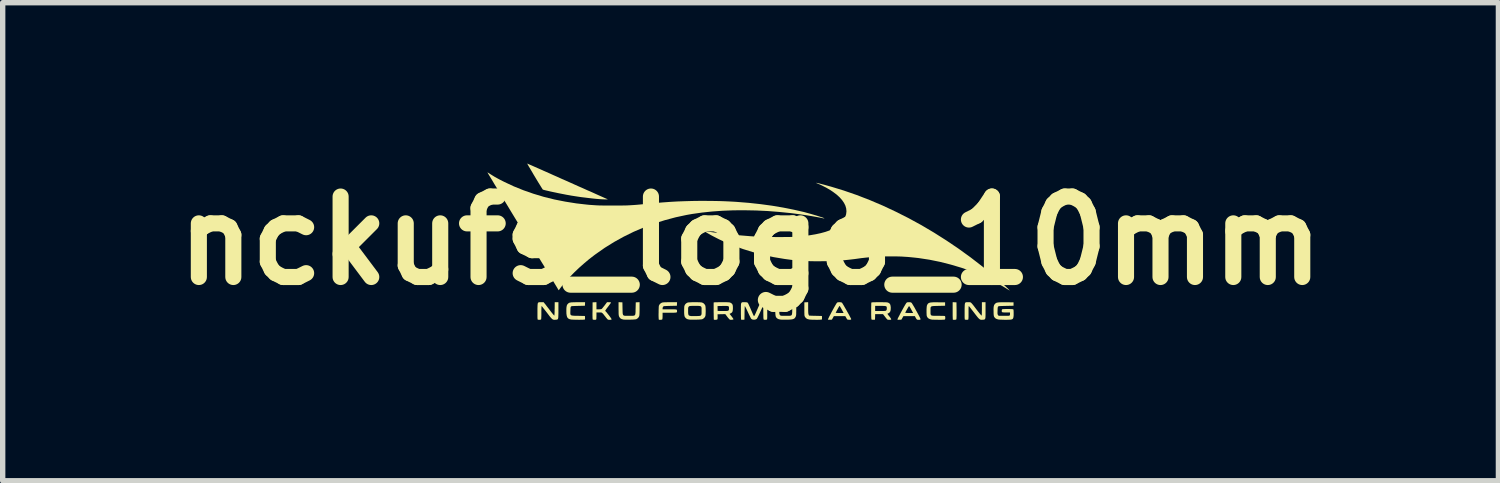
<source format=kicad_pcb>
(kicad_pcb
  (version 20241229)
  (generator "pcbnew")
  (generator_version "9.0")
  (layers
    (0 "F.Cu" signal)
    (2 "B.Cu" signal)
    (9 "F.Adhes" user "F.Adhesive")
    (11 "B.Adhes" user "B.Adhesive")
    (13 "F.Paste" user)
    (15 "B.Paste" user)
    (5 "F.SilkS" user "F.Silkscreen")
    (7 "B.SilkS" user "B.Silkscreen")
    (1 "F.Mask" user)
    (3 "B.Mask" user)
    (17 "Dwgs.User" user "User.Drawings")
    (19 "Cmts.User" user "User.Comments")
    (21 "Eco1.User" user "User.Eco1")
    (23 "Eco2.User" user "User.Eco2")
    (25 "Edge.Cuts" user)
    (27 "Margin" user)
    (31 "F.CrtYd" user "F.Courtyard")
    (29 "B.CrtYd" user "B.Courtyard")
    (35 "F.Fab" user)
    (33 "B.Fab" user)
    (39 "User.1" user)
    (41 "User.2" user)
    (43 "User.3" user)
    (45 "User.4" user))
  (footprint "nckufs_logo_10mm"
    (layer "F.Cu")
    (at 10.943 1.436)
    (property "Reference" "nckufs_logo_10mm" (at 0 0 0) (layer "F.SilkS") (effects (font (size 1.5 1.5) (thickness 0.3))))
    (attr board_only exclude_from_pos_files exclude_from_bom)
    (fp_poly (pts (xy 3.803 1.149) (xy 3.839 1.151) (xy 3.841 1.306) (xy 3.841 1.357) (xy 3.841 1.397) (xy 3.84 1.427) (xy 3.839 1.449) (xy 3.838 1.463) (xy 3.836 1.469) (xy 3.828 1.473) (xy 3.813 1.476) (xy 3.796 1.477) (xy 3.781 1.476) (xy 3.772 1.473) (xy 3.771 1.473) (xy 3.77 1.467) (xy 3.77 1.452) (xy 3.769 1.428) (xy 3.768 1.399) (xy 3.768 1.364) (xy 3.768 1.325) (xy 3.768 1.309) (xy 3.768 1.148)) (stroke (width 0) (type solid)) (fill yes) (layer "F.SilkS"))
    (fp_poly (pts (xy 1.074 1.254) (xy 1.074 1.294) (xy 1.075 1.325) (xy 1.076 1.348) (xy 1.078 1.364) (xy 1.081 1.375) (xy 1.082 1.379) (xy 1.087 1.391) (xy 1.091 1.398) (xy 1.091 1.398) (xy 1.097 1.398) (xy 1.111 1.399) (xy 1.133 1.4) (xy 1.161 1.401) (xy 1.194 1.402) (xy 1.212 1.402) (xy 1.331 1.405) (xy 1.332 1.436) (xy 1.332 1.457) (xy 1.329 1.469) (xy 1.327 1.472) (xy 1.32 1.473) (xy 1.303 1.474) (xy 1.28 1.475) (xy 1.252 1.476) (xy 1.222 1.476) (xy 1.19 1.475) (xy 1.159 1.475) (xy 1.132 1.474) (xy 1.109 1.472) (xy 1.092 1.471) (xy 1.091 1.47) (xy 1.058 1.461) (xy 1.033 1.445) (xy 1.015 1.422) (xy 1.015 1.422) (xy 1.011 1.414) (xy 1.008 1.406) (xy 1.006 1.397) (xy 1.004 1.385) (xy 1.004 1.367) (xy 1.003 1.344) (xy 1.003 1.313) (xy 1.003 1.275) (xy 1.003 1.151) (xy 1.038 1.149) (xy 1.074 1.148)) (stroke (width 0) (type solid)) (fill yes) (layer "F.SilkS"))
    (fp_poly (pts (xy -2.069 1.266) (xy -2.069 1.305) (xy -2.07 1.34) (xy -2.071 1.37) (xy -2.073 1.391) (xy -2.075 1.404) (xy -2.075 1.405) (xy -2.086 1.428) (xy -2.105 1.449) (xy -2.129 1.464) (xy -2.135 1.466) (xy -2.148 1.468) (xy -2.17 1.47) (xy -2.197 1.472) (xy -2.229 1.473) (xy -2.262 1.474) (xy -2.295 1.474) (xy -2.325 1.474) (xy -2.35 1.473) (xy -2.368 1.472) (xy -2.371 1.471) (xy -2.403 1.463) (xy -2.427 1.449) (xy -2.444 1.428) (xy -2.452 1.412) (xy -2.455 1.403) (xy -2.457 1.391) (xy -2.459 1.375) (xy -2.46 1.352) (xy -2.46 1.322) (xy -2.461 1.283) (xy -2.461 1.27) (xy -2.461 1.148) (xy -2.425 1.149) (xy -2.389 1.151) (xy -2.387 1.267) (xy -2.386 1.308) (xy -2.385 1.34) (xy -2.383 1.364) (xy -2.378 1.381) (xy -2.371 1.392) (xy -2.358 1.398) (xy -2.341 1.402) (xy -2.317 1.402) (xy -2.285 1.402) (xy -2.265 1.402) (xy -2.229 1.402) (xy -2.201 1.402) (xy -2.18 1.4) (xy -2.165 1.396) (xy -2.155 1.387) (xy -2.149 1.374) (xy -2.146 1.353) (xy -2.144 1.326) (xy -2.144 1.289) (xy -2.143 1.267) (xy -2.14 1.151) (xy -2.105 1.149) (xy -2.069 1.148)) (stroke (width 0) (type solid)) (fill yes) (layer "F.SilkS"))
    (fp_poly (pts (xy 0.852 1.271) (xy 0.852 1.311) (xy 0.851 1.343) (xy 0.851 1.366) (xy 0.85 1.384) (xy 0.848 1.396) (xy 0.846 1.406) (xy 0.843 1.414) (xy 0.842 1.416) (xy 0.833 1.433) (xy 0.822 1.447) (xy 0.808 1.457) (xy 0.79 1.464) (xy 0.766 1.469) (xy 0.735 1.472) (xy 0.695 1.474) (xy 0.675 1.474) (xy 0.642 1.474) (xy 0.611 1.474) (xy 0.584 1.474) (xy 0.563 1.472) (xy 0.553 1.471) (xy 0.519 1.463) (xy 0.493 1.448) (xy 0.485 1.44) (xy 0.478 1.431) (xy 0.472 1.42) (xy 0.468 1.407) (xy 0.465 1.389) (xy 0.463 1.366) (xy 0.461 1.336) (xy 0.461 1.297) (xy 0.461 1.268) (xy 0.46 1.148) (xy 0.496 1.149) (xy 0.532 1.151) (xy 0.534 1.267) (xy 0.535 1.308) (xy 0.536 1.34) (xy 0.538 1.364) (xy 0.543 1.381) (xy 0.55 1.392) (xy 0.563 1.398) (xy 0.58 1.402) (xy 0.604 1.402) (xy 0.636 1.402) (xy 0.656 1.402) (xy 0.692 1.402) (xy 0.72 1.402) (xy 0.741 1.4) (xy 0.756 1.396) (xy 0.766 1.387) (xy 0.772 1.374) (xy 0.775 1.353) (xy 0.777 1.326) (xy 0.777 1.289) (xy 0.778 1.267) (xy 0.781 1.151) (xy 0.816 1.149) (xy 0.852 1.148)) (stroke (width 0) (type solid)) (fill yes) (layer "F.SilkS"))
    (fp_poly (pts (xy -3.086 1.181) (xy -3.088 1.214) (xy -3.213 1.217) (xy -3.253 1.218) (xy -3.284 1.219) (xy -3.307 1.22) (xy -3.324 1.221) (xy -3.335 1.223) (xy -3.342 1.225) (xy -3.347 1.228) (xy -3.348 1.229) (xy -3.352 1.235) (xy -3.355 1.244) (xy -3.357 1.257) (xy -3.358 1.278) (xy -3.359 1.306) (xy -3.36 1.333) (xy -3.36 1.355) (xy -3.359 1.371) (xy -3.354 1.383) (xy -3.345 1.391) (xy -3.332 1.396) (xy -3.312 1.399) (xy -3.284 1.401) (xy -3.248 1.402) (xy -3.214 1.402) (xy -3.088 1.405) (xy -3.086 1.436) (xy -3.086 1.457) (xy -3.089 1.469) (xy -3.091 1.472) (xy -3.099 1.473) (xy -3.115 1.474) (xy -3.138 1.475) (xy -3.166 1.475) (xy -3.197 1.476) (xy -3.23 1.475) (xy -3.262 1.475) (xy -3.291 1.474) (xy -3.316 1.473) (xy -3.336 1.472) (xy -3.345 1.471) (xy -3.372 1.465) (xy -3.394 1.455) (xy -3.41 1.441) (xy -3.421 1.422) (xy -3.428 1.396) (xy -3.433 1.361) (xy -3.434 1.318) (xy -3.434 1.313) (xy -3.434 1.274) (xy -3.432 1.244) (xy -3.428 1.221) (xy -3.423 1.203) (xy -3.415 1.189) (xy -3.405 1.178) (xy -3.396 1.169) (xy -3.386 1.163) (xy -3.374 1.157) (xy -3.358 1.154) (xy -3.338 1.151) (xy -3.312 1.15) (xy -3.278 1.149) (xy -3.236 1.148) (xy -3.215 1.148) (xy -3.085 1.148)) (stroke (width 0) (type solid)) (fill yes) (layer "F.SilkS"))
    (fp_poly (pts (xy -1.372 1.181) (xy -1.373 1.214) (xy -1.497 1.217) (xy -1.536 1.218) (xy -1.566 1.219) (xy -1.588 1.22) (xy -1.604 1.221) (xy -1.614 1.222) (xy -1.621 1.225) (xy -1.626 1.227) (xy -1.629 1.231) (xy -1.63 1.232) (xy -1.638 1.247) (xy -1.64 1.263) (xy -1.64 1.281) (xy -1.512 1.281) (xy -1.467 1.281) (xy -1.433 1.281) (xy -1.407 1.282) (xy -1.39 1.284) (xy -1.38 1.286) (xy -1.377 1.287) (xy -1.372 1.296) (xy -1.371 1.31) (xy -1.371 1.31) (xy -1.37 1.321) (xy -1.371 1.328) (xy -1.374 1.334) (xy -1.379 1.339) (xy -1.389 1.341) (xy -1.405 1.343) (xy -1.427 1.344) (xy -1.457 1.344) (xy -1.496 1.344) (xy -1.509 1.344) (xy -1.64 1.344) (xy -1.64 1.404) (xy -1.641 1.436) (xy -1.643 1.457) (xy -1.646 1.469) (xy -1.647 1.47) (xy -1.655 1.473) (xy -1.67 1.476) (xy -1.687 1.476) (xy -1.701 1.476) (xy -1.71 1.473) (xy -1.711 1.473) (xy -1.712 1.466) (xy -1.713 1.451) (xy -1.714 1.429) (xy -1.715 1.401) (xy -1.715 1.37) (xy -1.714 1.338) (xy -1.714 1.306) (xy -1.713 1.276) (xy -1.712 1.25) (xy -1.711 1.229) (xy -1.709 1.216) (xy -1.709 1.214) (xy -1.697 1.191) (xy -1.678 1.171) (xy -1.654 1.157) (xy -1.647 1.155) (xy -1.633 1.152) (xy -1.608 1.15) (xy -1.573 1.149) (xy -1.528 1.148) (xy -1.498 1.148) (xy -1.37 1.148)) (stroke (width 0) (type solid)) (fill yes) (layer "F.SilkS"))
    (fp_poly (pts (xy 3.494 1.149) (xy 3.498 1.15) (xy 3.627 1.151) (xy 3.627 1.183) (xy 3.627 1.214) (xy 3.501 1.217) (xy 3.458 1.218) (xy 3.424 1.219) (xy 3.399 1.221) (xy 3.38 1.224) (xy 3.368 1.23) (xy 3.36 1.239) (xy 3.356 1.251) (xy 3.355 1.269) (xy 3.355 1.291) (xy 3.355 1.312) (xy 3.355 1.339) (xy 3.355 1.36) (xy 3.358 1.376) (xy 3.363 1.387) (xy 3.372 1.395) (xy 3.387 1.399) (xy 3.408 1.401) (xy 3.437 1.402) (xy 3.475 1.402) (xy 3.496 1.402) (xy 3.531 1.402) (xy 3.562 1.403) (xy 3.588 1.403) (xy 3.608 1.404) (xy 3.62 1.405) (xy 3.622 1.406) (xy 3.627 1.412) (xy 3.63 1.426) (xy 3.63 1.442) (xy 3.629 1.458) (xy 3.625 1.469) (xy 3.624 1.47) (xy 3.618 1.472) (xy 3.605 1.474) (xy 3.584 1.475) (xy 3.554 1.476) (xy 3.515 1.476) (xy 3.506 1.476) (xy 3.472 1.475) (xy 3.441 1.475) (xy 3.414 1.474) (xy 3.394 1.474) (xy 3.383 1.473) (xy 3.381 1.473) (xy 3.344 1.464) (xy 3.315 1.449) (xy 3.296 1.429) (xy 3.286 1.407) (xy 3.283 1.392) (xy 3.282 1.369) (xy 3.281 1.341) (xy 3.281 1.31) (xy 3.281 1.28) (xy 3.283 1.251) (xy 3.285 1.228) (xy 3.288 1.211) (xy 3.289 1.208) (xy 3.297 1.191) (xy 3.305 1.178) (xy 3.316 1.168) (xy 3.33 1.161) (xy 3.349 1.155) (xy 3.374 1.152) (xy 3.405 1.15) (xy 3.445 1.149)) (stroke (width 0) (type solid)) (fill yes) (layer "F.SilkS"))
    (fp_poly (pts (xy 2.974 1.149) (xy 2.987 1.151) (xy 2.996 1.155) (xy 3.004 1.163) (xy 3.005 1.164) (xy 3.011 1.172) (xy 3.021 1.189) (xy 3.035 1.212) (xy 3.052 1.24) (xy 3.07 1.273) (xy 3.09 1.309) (xy 3.098 1.323) (xy 3.121 1.365) (xy 3.139 1.398) (xy 3.152 1.424) (xy 3.162 1.444) (xy 3.167 1.457) (xy 3.168 1.467) (xy 3.166 1.472) (xy 3.16 1.475) (xy 3.151 1.476) (xy 3.14 1.476) (xy 3.137 1.476) (xy 3.117 1.476) (xy 3.104 1.472) (xy 3.094 1.463) (xy 3.084 1.447) (xy 3.079 1.439) (xy 3.064 1.408) (xy 2.957 1.408) (xy 2.85 1.408) (xy 2.831 1.441) (xy 2.812 1.474) (xy 2.777 1.475) (xy 2.755 1.476) (xy 2.743 1.474) (xy 2.738 1.47) (xy 2.74 1.464) (xy 2.746 1.45) (xy 2.756 1.429) (xy 2.77 1.404) (xy 2.785 1.374) (xy 2.8 1.345) (xy 2.884 1.345) (xy 2.889 1.347) (xy 2.903 1.348) (xy 2.923 1.349) (xy 2.948 1.349) (xy 2.957 1.349) (xy 3.031 1.349) (xy 2.996 1.285) (xy 2.983 1.261) (xy 2.971 1.242) (xy 2.962 1.228) (xy 2.956 1.221) (xy 2.955 1.22) (xy 2.951 1.225) (xy 2.944 1.236) (xy 2.933 1.253) (xy 2.922 1.273) (xy 2.91 1.294) (xy 2.899 1.314) (xy 2.89 1.331) (xy 2.885 1.342) (xy 2.884 1.345) (xy 2.8 1.345) (xy 2.802 1.342) (xy 2.82 1.309) (xy 2.838 1.276) (xy 2.855 1.245) (xy 2.871 1.217) (xy 2.885 1.193) (xy 2.897 1.174) (xy 2.904 1.163) (xy 2.906 1.161) (xy 2.914 1.154) (xy 2.923 1.15) (xy 2.938 1.149) (xy 2.954 1.148)) (stroke (width 0) (type solid)) (fill yes) (layer "F.SilkS"))
    (fp_poly (pts (xy -4.159 -1.435) (xy -4.145 -1.429) (xy -4.123 -1.419) (xy -4.094 -1.407) (xy -4.058 -1.391) (xy -4.018 -1.373) (xy -3.972 -1.353) (xy -3.922 -1.331) (xy -3.87 -1.308) (xy -3.86 -1.303) (xy -3.807 -1.28) (xy -3.746 -1.253) (xy -3.678 -1.222) (xy -3.605 -1.19) (xy -3.528 -1.155) (xy -3.448 -1.12) (xy -3.367 -1.084) (xy -3.287 -1.048) (xy -3.209 -1.013) (xy -3.133 -0.98) (xy -3.111 -0.97) (xy -3.047 -0.941) (xy -2.984 -0.914) (xy -2.926 -0.888) (xy -2.871 -0.863) (xy -2.822 -0.841) (xy -2.777 -0.821) (xy -2.739 -0.804) (xy -2.708 -0.79) (xy -2.684 -0.78) (xy -2.669 -0.773) (xy -2.662 -0.769) (xy -2.662 -0.769) (xy -2.666 -0.768) (xy -2.679 -0.768) (xy -2.699 -0.768) (xy -2.725 -0.769) (xy -2.756 -0.77) (xy -2.773 -0.771) (xy -2.823 -0.774) (xy -2.882 -0.779) (xy -2.948 -0.786) (xy -3.018 -0.794) (xy -3.091 -0.803) (xy -3.166 -0.812) (xy -3.239 -0.823) (xy -3.309 -0.834) (xy -3.342 -0.839) (xy -3.385 -0.847) (xy -3.432 -0.855) (xy -3.482 -0.865) (xy -3.533 -0.875) (xy -3.585 -0.885) (xy -3.635 -0.896) (xy -3.684 -0.906) (xy -3.73 -0.916) (xy -3.772 -0.926) (xy -3.808 -0.934) (xy -3.837 -0.941) (xy -3.859 -0.947) (xy -3.871 -0.951) (xy -3.873 -0.952) (xy -3.877 -0.957) (xy -3.885 -0.97) (xy -3.898 -0.99) (xy -3.914 -1.016) (xy -3.933 -1.047) (xy -3.955 -1.082) (xy -3.978 -1.12) (xy -4.002 -1.16) (xy -4.026 -1.2) (xy -4.05 -1.24) (xy -4.073 -1.28) (xy -4.095 -1.317) (xy -4.115 -1.351) (xy -4.133 -1.38) (xy -4.147 -1.405) (xy -4.157 -1.423) (xy -4.163 -1.434) (xy -4.164 -1.436)) (stroke (width 0) (type solid)) (fill yes) (layer "F.SilkS"))
    (fp_poly (pts (xy -2.873 1.214) (xy -2.873 1.281) (xy -2.83 1.281) (xy -2.801 1.28) (xy -2.782 1.276) (xy -2.775 1.273) (xy -2.768 1.266) (xy -2.756 1.252) (xy -2.741 1.233) (xy -2.724 1.212) (xy -2.72 1.207) (xy -2.676 1.148) (xy -2.64 1.148) (xy -2.622 1.149) (xy -2.608 1.151) (xy -2.601 1.153) (xy -2.601 1.153) (xy -2.603 1.158) (xy -2.611 1.171) (xy -2.624 1.188) (xy -2.64 1.21) (xy -2.657 1.233) (xy -2.679 1.261) (xy -2.694 1.282) (xy -2.704 1.297) (xy -2.709 1.306) (xy -2.709 1.312) (xy -2.708 1.313) (xy -2.701 1.319) (xy -2.689 1.332) (xy -2.674 1.35) (xy -2.658 1.371) (xy -2.64 1.393) (xy -2.624 1.415) (xy -2.609 1.435) (xy -2.598 1.452) (xy -2.591 1.464) (xy -2.59 1.469) (xy -2.596 1.473) (xy -2.61 1.476) (xy -2.627 1.477) (xy -2.644 1.476) (xy -2.658 1.473) (xy -2.659 1.473) (xy -2.665 1.468) (xy -2.676 1.456) (xy -2.691 1.439) (xy -2.707 1.418) (xy -2.71 1.414) (xy -2.731 1.388) (xy -2.746 1.368) (xy -2.759 1.355) (xy -2.77 1.346) (xy -2.78 1.341) (xy -2.793 1.339) (xy -2.808 1.339) (xy -2.824 1.339) (xy -2.873 1.339) (xy -2.873 1.404) (xy -2.874 1.432) (xy -2.874 1.452) (xy -2.876 1.464) (xy -2.878 1.47) (xy -2.882 1.473) (xy -2.894 1.476) (xy -2.911 1.476) (xy -2.927 1.475) (xy -2.939 1.473) (xy -2.941 1.472) (xy -2.943 1.468) (xy -2.944 1.46) (xy -2.946 1.446) (xy -2.946 1.424) (xy -2.947 1.395) (xy -2.947 1.358) (xy -2.946 1.311) (xy -2.946 1.309) (xy -2.945 1.151) (xy -2.909 1.149) (xy -2.873 1.148)) (stroke (width 0) (type solid)) (fill yes) (layer "F.SilkS"))
    (fp_poly (pts (xy 1.677 1.149) (xy 1.691 1.151) (xy 1.701 1.156) (xy 1.706 1.16) (xy 1.711 1.167) (xy 1.72 1.182) (xy 1.733 1.203) (xy 1.748 1.229) (xy 1.765 1.259) (xy 1.784 1.291) (xy 1.802 1.324) (xy 1.821 1.357) (xy 1.838 1.387) (xy 1.852 1.415) (xy 1.864 1.437) (xy 1.873 1.454) (xy 1.876 1.462) (xy 1.875 1.47) (xy 1.864 1.475) (xy 1.842 1.476) (xy 1.828 1.475) (xy 1.815 1.474) (xy 1.806 1.471) (xy 1.799 1.465) (xy 1.791 1.452) (xy 1.785 1.441) (xy 1.766 1.408) (xy 1.66 1.408) (xy 1.553 1.408) (xy 1.535 1.441) (xy 1.516 1.474) (xy 1.481 1.475) (xy 1.461 1.475) (xy 1.447 1.474) (xy 1.442 1.471) (xy 1.444 1.465) (xy 1.45 1.452) (xy 1.46 1.432) (xy 1.472 1.406) (xy 1.488 1.377) (xy 1.504 1.346) (xy 1.587 1.346) (xy 1.592 1.347) (xy 1.606 1.348) (xy 1.627 1.349) (xy 1.652 1.349) (xy 1.661 1.349) (xy 1.735 1.349) (xy 1.706 1.295) (xy 1.69 1.266) (xy 1.678 1.245) (xy 1.67 1.231) (xy 1.664 1.223) (xy 1.66 1.219) (xy 1.657 1.219) (xy 1.656 1.22) (xy 1.653 1.225) (xy 1.645 1.238) (xy 1.635 1.255) (xy 1.624 1.276) (xy 1.612 1.297) (xy 1.602 1.317) (xy 1.593 1.333) (xy 1.588 1.344) (xy 1.587 1.346) (xy 1.504 1.346) (xy 1.504 1.345) (xy 1.522 1.312) (xy 1.54 1.279) (xy 1.557 1.248) (xy 1.573 1.22) (xy 1.587 1.196) (xy 1.598 1.177) (xy 1.606 1.165) (xy 1.608 1.163) (xy 1.615 1.155) (xy 1.623 1.151) (xy 1.635 1.149) (xy 1.654 1.148) (xy 1.656 1.148)) (stroke (width 0) (type solid)) (fill yes) (layer "F.SilkS"))
    (fp_poly (pts (xy -3.913 1.148) (xy -3.905 1.148) (xy -3.858 1.148) (xy -3.84 1.171) (xy -3.831 1.181) (xy -3.817 1.199) (xy -3.8 1.222) (xy -3.779 1.249) (xy -3.756 1.278) (xy -3.743 1.296) (xy -3.721 1.325) (xy -3.701 1.35) (xy -3.684 1.371) (xy -3.67 1.387) (xy -3.662 1.396) (xy -3.659 1.398) (xy -3.657 1.392) (xy -3.656 1.377) (xy -3.654 1.353) (xy -3.653 1.321) (xy -3.653 1.281) (xy -3.652 1.273) (xy -3.651 1.148) (xy -3.617 1.148) (xy -3.582 1.148) (xy -3.582 1.299) (xy -3.582 1.346) (xy -3.583 1.384) (xy -3.584 1.413) (xy -3.585 1.435) (xy -3.588 1.451) (xy -3.592 1.462) (xy -3.599 1.468) (xy -3.607 1.472) (xy -3.618 1.474) (xy -3.632 1.475) (xy -3.634 1.475) (xy -3.65 1.476) (xy -3.664 1.476) (xy -3.676 1.474) (xy -3.688 1.469) (xy -3.7 1.461) (xy -3.713 1.448) (xy -3.729 1.43) (xy -3.749 1.406) (xy -3.773 1.374) (xy -3.796 1.344) (xy -3.82 1.313) (xy -3.842 1.285) (xy -3.862 1.26) (xy -3.877 1.24) (xy -3.888 1.227) (xy -3.894 1.22) (xy -3.895 1.22) (xy -3.897 1.224) (xy -3.898 1.238) (xy -3.899 1.263) (xy -3.9 1.298) (xy -3.9 1.34) (xy -3.9 1.384) (xy -3.901 1.418) (xy -3.902 1.442) (xy -3.903 1.459) (xy -3.905 1.468) (xy -3.906 1.47) (xy -3.916 1.474) (xy -3.931 1.476) (xy -3.948 1.476) (xy -3.962 1.474) (xy -3.968 1.472) (xy -3.97 1.468) (xy -3.971 1.46) (xy -3.972 1.447) (xy -3.973 1.427) (xy -3.973 1.399) (xy -3.973 1.363) (xy -3.973 1.317) (xy -3.973 1.315) (xy -3.973 1.269) (xy -3.972 1.232) (xy -3.971 1.203) (xy -3.969 1.182) (xy -3.966 1.167) (xy -3.961 1.157) (xy -3.953 1.152) (xy -3.943 1.149) (xy -3.93 1.148)) (stroke (width 0) (type solid)) (fill yes) (layer "F.SilkS"))
    (fp_poly (pts (xy 2.445 1.148) (xy 2.48 1.149) (xy 2.507 1.149) (xy 2.527 1.15) (xy 2.542 1.151) (xy 2.553 1.153) (xy 2.562 1.155) (xy 2.569 1.158) (xy 2.571 1.159) (xy 2.59 1.171) (xy 2.603 1.189) (xy 2.61 1.213) (xy 2.614 1.246) (xy 2.614 1.257) (xy 2.612 1.293) (xy 2.605 1.32) (xy 2.593 1.339) (xy 2.575 1.352) (xy 2.573 1.353) (xy 2.56 1.359) (xy 2.552 1.363) (xy 2.551 1.364) (xy 2.554 1.368) (xy 2.561 1.379) (xy 2.573 1.395) (xy 2.588 1.413) (xy 2.605 1.435) (xy 2.616 1.453) (xy 2.622 1.465) (xy 2.623 1.469) (xy 2.617 1.474) (xy 2.603 1.476) (xy 2.591 1.476) (xy 2.573 1.476) (xy 2.559 1.474) (xy 2.554 1.473) (xy 2.547 1.468) (xy 2.536 1.456) (xy 2.522 1.439) (xy 2.508 1.42) (xy 2.47 1.371) (xy 2.397 1.371) (xy 2.323 1.371) (xy 2.322 1.422) (xy 2.32 1.474) (xy 2.291 1.475) (xy 2.271 1.475) (xy 2.258 1.472) (xy 2.256 1.47) (xy 2.253 1.465) (xy 2.252 1.455) (xy 2.251 1.437) (xy 2.25 1.412) (xy 2.249 1.379) (xy 2.249 1.336) (xy 2.249 1.314) (xy 2.249 1.275) (xy 2.249 1.239) (xy 2.25 1.217) (xy 2.323 1.217) (xy 2.323 1.265) (xy 2.323 1.312) (xy 2.421 1.312) (xy 2.456 1.312) (xy 2.481 1.312) (xy 2.5 1.311) (xy 2.512 1.31) (xy 2.52 1.308) (xy 2.526 1.305) (xy 2.529 1.302) (xy 2.537 1.291) (xy 2.54 1.275) (xy 2.54 1.264) (xy 2.54 1.249) (xy 2.538 1.237) (xy 2.534 1.229) (xy 2.525 1.223) (xy 2.512 1.22) (xy 2.492 1.218) (xy 2.463 1.217) (xy 2.426 1.217) (xy 2.423 1.217) (xy 2.323 1.217) (xy 2.25 1.217) (xy 2.25 1.208) (xy 2.25 1.183) (xy 2.251 1.166) (xy 2.252 1.157) (xy 2.252 1.157) (xy 2.254 1.154) (xy 2.259 1.152) (xy 2.267 1.151) (xy 2.28 1.15) (xy 2.3 1.149) (xy 2.326 1.149) (xy 2.361 1.148) (xy 2.402 1.148)) (stroke (width 0) (type solid)) (fill yes) (layer "F.SilkS"))
    (fp_poly (pts (xy 4.092 1.149) (xy 4.101 1.152) (xy 4.11 1.157) (xy 4.119 1.166) (xy 4.131 1.179) (xy 4.146 1.197) (xy 4.165 1.221) (xy 4.188 1.252) (xy 4.217 1.29) (xy 4.217 1.29) (xy 4.24 1.32) (xy 4.261 1.346) (xy 4.279 1.368) (xy 4.294 1.385) (xy 4.303 1.396) (xy 4.308 1.399) (xy 4.308 1.399) (xy 4.309 1.393) (xy 4.311 1.378) (xy 4.312 1.355) (xy 4.312 1.325) (xy 4.313 1.291) (xy 4.313 1.272) (xy 4.313 1.148) (xy 4.347 1.148) (xy 4.381 1.148) (xy 4.381 1.299) (xy 4.381 1.346) (xy 4.381 1.384) (xy 4.38 1.413) (xy 4.379 1.435) (xy 4.376 1.451) (xy 4.371 1.462) (xy 4.365 1.468) (xy 4.357 1.472) (xy 4.346 1.474) (xy 4.332 1.475) (xy 4.33 1.475) (xy 4.314 1.476) (xy 4.3 1.476) (xy 4.288 1.474) (xy 4.276 1.469) (xy 4.264 1.46) (xy 4.25 1.447) (xy 4.234 1.429) (xy 4.214 1.404) (xy 4.189 1.372) (xy 4.17 1.347) (xy 4.146 1.316) (xy 4.124 1.288) (xy 4.105 1.263) (xy 4.089 1.243) (xy 4.078 1.229) (xy 4.072 1.223) (xy 4.072 1.222) (xy 4.069 1.221) (xy 4.067 1.224) (xy 4.066 1.231) (xy 4.065 1.243) (xy 4.064 1.262) (xy 4.064 1.289) (xy 4.064 1.326) (xy 4.064 1.343) (xy 4.064 1.383) (xy 4.064 1.414) (xy 4.063 1.437) (xy 4.062 1.453) (xy 4.061 1.464) (xy 4.059 1.47) (xy 4.057 1.473) (xy 4.056 1.473) (xy 4.043 1.476) (xy 4.026 1.476) (xy 4.01 1.475) (xy 3.998 1.473) (xy 3.996 1.472) (xy 3.994 1.468) (xy 3.993 1.46) (xy 3.992 1.447) (xy 3.991 1.427) (xy 3.991 1.399) (xy 3.991 1.363) (xy 3.991 1.317) (xy 3.991 1.315) (xy 3.991 1.269) (xy 3.992 1.232) (xy 3.993 1.203) (xy 3.995 1.182) (xy 3.998 1.167) (xy 4.003 1.157) (xy 4.01 1.152) (xy 4.02 1.149) (xy 4.033 1.148) (xy 4.05 1.148) (xy 4.059 1.148) (xy 4.072 1.148) (xy 4.083 1.148)) (stroke (width 0) (type solid)) (fill yes) (layer "F.SilkS"))
    (fp_poly (pts (xy -0.497 1.148) (xy -0.463 1.148) (xy -0.437 1.149) (xy -0.417 1.15) (xy -0.403 1.151) (xy -0.392 1.152) (xy -0.384 1.154) (xy -0.376 1.157) (xy -0.371 1.16) (xy -0.353 1.171) (xy -0.341 1.184) (xy -0.333 1.202) (xy -0.33 1.225) (xy -0.329 1.256) (xy -0.329 1.263) (xy -0.331 1.294) (xy -0.335 1.317) (xy -0.342 1.333) (xy -0.353 1.345) (xy -0.37 1.355) (xy -0.372 1.356) (xy -0.391 1.366) (xy -0.354 1.412) (xy -0.34 1.431) (xy -0.328 1.448) (xy -0.321 1.46) (xy -0.319 1.466) (xy -0.324 1.471) (xy -0.337 1.474) (xy -0.354 1.476) (xy -0.372 1.476) (xy -0.384 1.474) (xy -0.392 1.469) (xy -0.404 1.456) (xy -0.419 1.439) (xy -0.433 1.421) (xy -0.471 1.37) (xy -0.543 1.372) (xy -0.615 1.373) (xy -0.614 1.417) (xy -0.614 1.443) (xy -0.616 1.461) (xy -0.619 1.469) (xy -0.628 1.473) (xy -0.642 1.475) (xy -0.659 1.477) (xy -0.674 1.476) (xy -0.683 1.473) (xy -0.685 1.472) (xy -0.685 1.466) (xy -0.686 1.451) (xy -0.686 1.429) (xy -0.687 1.401) (xy -0.687 1.368) (xy -0.688 1.333) (xy -0.688 1.297) (xy -0.688 1.261) (xy -0.688 1.227) (xy -0.688 1.22) (xy -0.615 1.22) (xy -0.615 1.263) (xy -0.614 1.284) (xy -0.614 1.3) (xy -0.614 1.309) (xy -0.614 1.31) (xy -0.609 1.311) (xy -0.595 1.311) (xy -0.574 1.312) (xy -0.547 1.312) (xy -0.52 1.312) (xy -0.484 1.312) (xy -0.458 1.312) (xy -0.439 1.311) (xy -0.426 1.309) (xy -0.418 1.306) (xy -0.414 1.304) (xy -0.407 1.297) (xy -0.403 1.288) (xy -0.402 1.272) (xy -0.402 1.265) (xy -0.402 1.249) (xy -0.404 1.237) (xy -0.407 1.229) (xy -0.415 1.223) (xy -0.427 1.22) (xy -0.446 1.218) (xy -0.473 1.218) (xy -0.508 1.218) (xy -0.515 1.218) (xy -0.615 1.22) (xy -0.688 1.22) (xy -0.688 1.197) (xy -0.688 1.172) (xy -0.688 1.155) (xy -0.686 1.153) (xy -0.678 1.151) (xy -0.664 1.15) (xy -0.644 1.149) (xy -0.615 1.149) (xy -0.577 1.148) (xy -0.541 1.148)) (stroke (width 0) (type solid)) (fill yes) (layer "F.SilkS"))
    (fp_poly (pts (xy 4.737 1.149) (xy 4.768 1.149) (xy 4.903 1.151) (xy 4.903 1.183) (xy 4.903 1.214) (xy 4.764 1.217) (xy 4.722 1.218) (xy 4.689 1.219) (xy 4.663 1.22) (xy 4.645 1.221) (xy 4.633 1.222) (xy 4.624 1.224) (xy 4.619 1.227) (xy 4.616 1.229) (xy 4.612 1.235) (xy 4.609 1.244) (xy 4.607 1.257) (xy 4.606 1.278) (xy 4.605 1.306) (xy 4.604 1.334) (xy 4.604 1.354) (xy 4.605 1.367) (xy 4.607 1.376) (xy 4.611 1.383) (xy 4.614 1.388) (xy 4.626 1.402) (xy 4.728 1.402) (xy 4.764 1.402) (xy 4.792 1.402) (xy 4.811 1.401) (xy 4.824 1.399) (xy 4.832 1.394) (xy 4.835 1.388) (xy 4.837 1.379) (xy 4.837 1.366) (xy 4.837 1.362) (xy 4.837 1.339) (xy 4.763 1.339) (xy 4.732 1.339) (xy 4.711 1.338) (xy 4.697 1.336) (xy 4.688 1.332) (xy 4.684 1.325) (xy 4.683 1.316) (xy 4.683 1.305) (xy 4.685 1.291) (xy 4.689 1.282) (xy 4.689 1.282) (xy 4.697 1.279) (xy 4.713 1.277) (xy 4.736 1.276) (xy 4.762 1.275) (xy 4.792 1.275) (xy 4.821 1.275) (xy 4.848 1.276) (xy 4.872 1.277) (xy 4.889 1.279) (xy 4.898 1.281) (xy 4.899 1.282) (xy 4.902 1.29) (xy 4.904 1.308) (xy 4.905 1.337) (xy 4.905 1.357) (xy 4.905 1.393) (xy 4.902 1.421) (xy 4.898 1.441) (xy 4.891 1.455) (xy 4.881 1.464) (xy 4.868 1.469) (xy 4.856 1.472) (xy 4.834 1.474) (xy 4.807 1.475) (xy 4.775 1.476) (xy 4.741 1.476) (xy 4.706 1.475) (xy 4.674 1.474) (xy 4.646 1.473) (xy 4.623 1.471) (xy 4.613 1.469) (xy 4.583 1.459) (xy 4.56 1.445) (xy 4.544 1.424) (xy 4.543 1.423) (xy 4.539 1.414) (xy 4.536 1.404) (xy 4.534 1.391) (xy 4.532 1.371) (xy 4.531 1.345) (xy 4.531 1.324) (xy 4.53 1.283) (xy 4.531 1.252) (xy 4.534 1.227) (xy 4.539 1.208) (xy 4.546 1.193) (xy 4.557 1.18) (xy 4.559 1.177) (xy 4.569 1.169) (xy 4.579 1.162) (xy 4.592 1.157) (xy 4.609 1.154) (xy 4.631 1.151) (xy 4.658 1.15) (xy 4.694 1.149)) (stroke (width 0) (type solid)) (fill yes) (layer "F.SilkS"))
    (fp_poly (pts (xy -1.004 1.148) (xy -0.971 1.149) (xy -0.942 1.15) (xy -0.919 1.152) (xy -0.904 1.154) (xy -0.903 1.155) (xy -0.878 1.167) (xy -0.857 1.188) (xy -0.843 1.212) (xy -0.842 1.215) (xy -0.84 1.231) (xy -0.838 1.254) (xy -0.837 1.282) (xy -0.836 1.313) (xy -0.837 1.343) (xy -0.838 1.371) (xy -0.84 1.393) (xy -0.842 1.405) (xy -0.853 1.428) (xy -0.873 1.449) (xy -0.896 1.463) (xy -0.902 1.466) (xy -0.915 1.468) (xy -0.937 1.47) (xy -0.964 1.472) (xy -0.996 1.473) (xy -1.029 1.474) (xy -1.063 1.474) (xy -1.094 1.474) (xy -1.121 1.474) (xy -1.141 1.472) (xy -1.149 1.471) (xy -1.181 1.463) (xy -1.204 1.449) (xy -1.222 1.428) (xy -1.23 1.412) (xy -1.233 1.398) (xy -1.236 1.376) (xy -1.238 1.349) (xy -1.238 1.319) (xy -1.238 1.307) (xy -1.164 1.307) (xy -1.164 1.34) (xy -1.162 1.365) (xy -1.158 1.382) (xy -1.152 1.393) (xy -1.143 1.399) (xy -1.138 1.4) (xy -1.126 1.403) (xy -1.119 1.405) (xy -1.112 1.406) (xy -1.097 1.406) (xy -1.074 1.406) (xy -1.047 1.406) (xy -1.025 1.406) (xy -0.993 1.406) (xy -0.969 1.405) (xy -0.952 1.404) (xy -0.941 1.402) (xy -0.934 1.4) (xy -0.928 1.396) (xy -0.925 1.393) (xy -0.92 1.387) (xy -0.917 1.381) (xy -0.915 1.372) (xy -0.913 1.358) (xy -0.913 1.337) (xy -0.913 1.309) (xy -0.913 1.28) (xy -0.913 1.258) (xy -0.916 1.242) (xy -0.922 1.23) (xy -0.932 1.223) (xy -0.948 1.219) (xy -0.971 1.217) (xy -1.003 1.217) (xy -1.038 1.217) (xy -1.073 1.217) (xy -1.099 1.217) (xy -1.117 1.218) (xy -1.13 1.219) (xy -1.138 1.221) (xy -1.144 1.224) (xy -1.149 1.228) (xy -1.151 1.23) (xy -1.157 1.236) (xy -1.16 1.243) (xy -1.163 1.252) (xy -1.164 1.266) (xy -1.164 1.288) (xy -1.164 1.307) (xy -1.238 1.307) (xy -1.238 1.288) (xy -1.237 1.259) (xy -1.236 1.234) (xy -1.233 1.216) (xy -1.232 1.214) (xy -1.221 1.191) (xy -1.202 1.171) (xy -1.178 1.157) (xy -1.171 1.155) (xy -1.157 1.152) (xy -1.135 1.151) (xy -1.107 1.149) (xy -1.074 1.148) (xy -1.039 1.148)) (stroke (width 0) (type solid)) (fill yes) (layer "F.SilkS"))
    (fp_poly (pts (xy 0.276 1.148) (xy 0.288 1.15) (xy 0.296 1.154) (xy 0.302 1.162) (xy 0.306 1.175) (xy 0.309 1.194) (xy 0.31 1.219) (xy 0.311 1.253) (xy 0.311 1.296) (xy 0.311 1.312) (xy 0.311 1.361) (xy 0.311 1.399) (xy 0.311 1.428) (xy 0.31 1.449) (xy 0.309 1.463) (xy 0.307 1.469) (xy 0.307 1.469) (xy 0.297 1.474) (xy 0.282 1.476) (xy 0.265 1.476) (xy 0.251 1.473) (xy 0.244 1.47) (xy 0.242 1.464) (xy 0.241 1.451) (xy 0.239 1.431) (xy 0.239 1.401) (xy 0.238 1.362) (xy 0.238 1.339) (xy 0.238 1.298) (xy 0.237 1.265) (xy 0.236 1.241) (xy 0.235 1.225) (xy 0.234 1.22) (xy 0.233 1.22) (xy 0.23 1.226) (xy 0.222 1.24) (xy 0.212 1.261) (xy 0.2 1.288) (xy 0.186 1.318) (xy 0.178 1.336) (xy 0.163 1.368) (xy 0.149 1.397) (xy 0.137 1.422) (xy 0.127 1.441) (xy 0.12 1.453) (xy 0.119 1.456) (xy 0.102 1.467) (xy 0.079 1.474) (xy 0.055 1.474) (xy 0.032 1.47) (xy 0.015 1.46) (xy 0.014 1.459) (xy 0.008 1.451) (xy -0.000486 1.435) (xy -0.012 1.412) (xy -0.026 1.384) (xy -0.041 1.352) (xy -0.05 1.332) (xy -0.065 1.3) (xy -0.078 1.272) (xy -0.09 1.249) (xy -0.099 1.232) (xy -0.105 1.222) (xy -0.107 1.221) (xy -0.108 1.227) (xy -0.109 1.243) (xy -0.11 1.266) (xy -0.111 1.294) (xy -0.112 1.328) (xy -0.112 1.35) (xy -0.114 1.474) (xy -0.143 1.475) (xy -0.16 1.476) (xy -0.172 1.474) (xy -0.176 1.473) (xy -0.177 1.467) (xy -0.178 1.452) (xy -0.179 1.429) (xy -0.179 1.399) (xy -0.18 1.364) (xy -0.18 1.326) (xy -0.18 1.318) (xy -0.18 1.271) (xy -0.18 1.233) (xy -0.179 1.204) (xy -0.178 1.183) (xy -0.174 1.168) (xy -0.169 1.158) (xy -0.162 1.152) (xy -0.152 1.149) (xy -0.139 1.148) (xy -0.122 1.148) (xy -0.113 1.148) (xy -0.086 1.149) (xy -0.067 1.151) (xy -0.057 1.155) (xy -0.053 1.159) (xy -0.048 1.166) (xy -0.041 1.178) (xy -0.033 1.195) (xy -0.023 1.218) (xy -0.009 1.248) (xy 0.007 1.286) (xy 0.024 1.324) (xy 0.036 1.352) (xy 0.046 1.375) (xy 0.055 1.393) (xy 0.061 1.405) (xy 0.063 1.408) (xy 0.066 1.407) (xy 0.07 1.403) (xy 0.074 1.397) (xy 0.08 1.385) (xy 0.088 1.369) (xy 0.099 1.345) (xy 0.112 1.314) (xy 0.127 1.281) (xy 0.141 1.248) (xy 0.155 1.218) (xy 0.167 1.192) (xy 0.177 1.173) (xy 0.184 1.161) (xy 0.186 1.158) (xy 0.194 1.153) (xy 0.206 1.15) (xy 0.225 1.149) (xy 0.243 1.148) (xy 0.262 1.148)) (stroke (width 0) (type solid)) (fill yes) (layer "F.SilkS"))
    (fp_poly (pts (xy -4.901 -1.271) (xy -4.89 -1.264) (xy -4.873 -1.254) (xy -4.854 -1.241) (xy -4.812 -1.215) (xy -4.77 -1.189) (xy -4.725 -1.164) (xy -4.677 -1.138) (xy -4.622 -1.11) (xy -4.588 -1.093) (xy -4.415 -1.012) (xy -4.234 -0.939) (xy -4.048 -0.874) (xy -3.855 -0.816) (xy -3.657 -0.767) (xy -3.455 -0.727) (xy -3.248 -0.694) (xy -3.109 -0.678) (xy -3.056 -0.672) (xy -3.007 -0.667) (xy -2.962 -0.664) (xy -2.918 -0.661) (xy -2.873 -0.658) (xy -2.827 -0.656) (xy -2.777 -0.655) (xy -2.723 -0.654) (xy -2.661 -0.654) (xy -2.591 -0.654) (xy -2.561 -0.654) (xy -2.489 -0.654) (xy -2.425 -0.654) (xy -2.367 -0.655) (xy -2.315 -0.656) (xy -2.266 -0.658) (xy -2.218 -0.661) (xy -2.17 -0.664) (xy -2.118 -0.668) (xy -2.063 -0.673) (xy -2.001 -0.679) (xy -1.937 -0.685) (xy -1.785 -0.7) (xy -1.641 -0.712) (xy -1.502 -0.722) (xy -1.365 -0.73) (xy -1.228 -0.735) (xy -1.087 -0.739) (xy -0.941 -0.741) (xy -0.869 -0.741) (xy -0.762 -0.74) (xy -0.663 -0.739) (xy -0.57 -0.737) (xy -0.481 -0.734) (xy -0.393 -0.73) (xy -0.304 -0.725) (xy -0.257 -0.722) (xy -0.033 -0.704) (xy 0.186 -0.68) (xy 0.4 -0.651) (xy 0.608 -0.616) (xy 0.808 -0.576) (xy 1 -0.532) (xy 1.032 -0.523) (xy 1.069 -0.513) (xy 1.109 -0.502) (xy 1.151 -0.49) (xy 1.192 -0.478) (xy 1.233 -0.466) (xy 1.27 -0.454) (xy 1.304 -0.443) (xy 1.333 -0.434) (xy 1.355 -0.426) (xy 1.369 -0.42) (xy 1.373 -0.417) (xy 1.375 -0.415) (xy 1.376 -0.414) (xy 1.373 -0.413) (xy 1.365 -0.415) (xy 1.35 -0.417) (xy 1.328 -0.422) (xy 1.31 -0.426) (xy 1.223 -0.442) (xy 1.128 -0.459) (xy 1.028 -0.475) (xy 0.925 -0.49) (xy 0.821 -0.504) (xy 0.749 -0.513) (xy 0.531 -0.535) (xy 0.315 -0.552) (xy 0.101 -0.562) (xy -0.11 -0.566) (xy -0.317 -0.565) (xy -0.519 -0.557) (xy -0.716 -0.543) (xy -0.905 -0.523) (xy -1.088 -0.497) (xy -1.191 -0.479) (xy -1.396 -0.435) (xy -1.598 -0.381) (xy -1.796 -0.319) (xy -1.99 -0.246) (xy -2.179 -0.165) (xy -2.364 -0.074) (xy -2.543 0.025) (xy -2.717 0.133) (xy -2.884 0.25) (xy -2.91 0.269) (xy -3.009 0.345) (xy -3.105 0.426) (xy -3.198 0.508) (xy -3.287 0.593) (xy -3.369 0.677) (xy -3.445 0.76) (xy -3.513 0.842) (xy -3.538 0.874) (xy -3.577 0.926) (xy -3.594 0.898) (xy -3.599 0.889) (xy -3.609 0.872) (xy -3.625 0.846) (xy -3.645 0.813) (xy -3.67 0.772) (xy -3.699 0.724) (xy -3.732 0.67) (xy -3.769 0.609) (xy -3.809 0.543) (xy -3.852 0.471) (xy -3.899 0.395) (xy -3.948 0.314) (xy -3.999 0.229) (xy -4.053 0.14) (xy -4.108 0.048) (xy -4.166 -0.047) (xy -4.225 -0.144) (xy -4.285 -0.243) (xy -4.345 -0.344) (xy -4.407 -0.446) (xy -4.469 -0.548) (xy -4.531 -0.651) (xy -4.594 -0.754) (xy -4.656 -0.857) (xy -4.717 -0.958) (xy -4.778 -1.058) (xy -4.821 -1.131) (xy -4.842 -1.165) (xy -4.861 -1.197) (xy -4.878 -1.225) (xy -4.891 -1.247) (xy -4.9 -1.263) (xy -4.905 -1.271) (xy -4.905 -1.272)) (stroke (width 0) (type solid)) (fill yes) (layer "F.SilkS"))
    (fp_poly (pts (xy 1.23 -1.077) (xy 1.245 -1.074) (xy 1.269 -1.069) (xy 1.299 -1.061) (xy 1.336 -1.051) (xy 1.379 -1.04) (xy 1.425 -1.027) (xy 1.475 -1.013) (xy 1.495 -1.008) (xy 1.737 -0.934) (xy 1.98 -0.85) (xy 2.223 -0.756) (xy 2.465 -0.653) (xy 2.706 -0.54) (xy 2.946 -0.419) (xy 3.184 -0.289) (xy 3.419 -0.15) (xy 3.651 -0.003) (xy 3.879 0.151) (xy 4.103 0.313) (xy 4.322 0.482) (xy 4.479 0.611) (xy 4.511 0.638) (xy 4.545 0.667) (xy 4.581 0.698) (xy 4.617 0.73) (xy 4.653 0.761) (xy 4.687 0.793) (xy 4.72 0.823) (xy 4.75 0.85) (xy 4.777 0.875) (xy 4.799 0.896) (xy 4.816 0.913) (xy 4.827 0.925) (xy 4.832 0.931) (xy 4.831 0.931) (xy 4.826 0.928) (xy 4.814 0.921) (xy 4.797 0.91) (xy 4.779 0.899) (xy 4.724 0.865) (xy 4.662 0.829) (xy 4.594 0.791) (xy 4.522 0.753) (xy 4.449 0.716) (xy 4.377 0.682) (xy 4.315 0.654) (xy 4.128 0.576) (xy 3.935 0.507) (xy 3.737 0.448) (xy 3.537 0.397) (xy 3.335 0.356) (xy 3.132 0.325) (xy 3.069 0.318) (xy 3.001 0.311) (xy 2.938 0.305) (xy 2.876 0.301) (xy 2.815 0.297) (xy 2.75 0.295) (xy 2.679 0.294) (xy 2.601 0.294) (xy 2.601 0.294) (xy 2.516 0.294) (xy 2.438 0.296) (xy 2.363 0.299) (xy 2.291 0.304) (xy 2.218 0.31) (xy 2.141 0.318) (xy 2.06 0.327) (xy 1.976 0.339) (xy 1.93 0.345) (xy 1.88 0.351) (xy 1.827 0.357) (xy 1.768 0.363) (xy 1.702 0.37) (xy 1.627 0.377) (xy 1.617 0.378) (xy 1.605 0.379) (xy 1.583 0.38) (xy 1.554 0.381) (xy 1.518 0.381) (xy 1.476 0.382) (xy 1.431 0.383) (xy 1.382 0.384) (xy 1.357 0.384) (xy 1.243 0.385) (xy 1.138 0.384) (xy 1.038 0.381) (xy 0.943 0.375) (xy 0.849 0.368) (xy 0.755 0.358) (xy 0.658 0.345) (xy 0.63 0.341) (xy 0.432 0.308) (xy 0.237 0.266) (xy 0.046 0.215) (xy -0.141 0.157) (xy -0.323 0.091) (xy -0.498 0.017) (xy -0.537 -0.001) (xy -0.574 -0.018) (xy -0.612 -0.037) (xy -0.651 -0.057) (xy -0.69 -0.077) (xy -0.726 -0.096) (xy -0.76 -0.115) (xy -0.79 -0.132) (xy -0.816 -0.147) (xy -0.835 -0.159) (xy -0.847 -0.168) (xy -0.85 -0.173) (xy -0.85 -0.173) (xy -0.844 -0.173) (xy -0.83 -0.172) (xy -0.808 -0.169) (xy -0.782 -0.166) (xy -0.756 -0.162) (xy -0.58 -0.139) (xy -0.396 -0.117) (xy -0.206 -0.099) (xy -0.013 -0.083) (xy 0.138 -0.073) (xy 0.172 -0.071) (xy 0.215 -0.07) (xy 0.265 -0.069) (xy 0.32 -0.068) (xy 0.378 -0.067) (xy 0.44 -0.067) (xy 0.502 -0.066) (xy 0.564 -0.066) (xy 0.625 -0.067) (xy 0.682 -0.067) (xy 0.735 -0.068) (xy 0.782 -0.069) (xy 0.822 -0.071) (xy 0.853 -0.072) (xy 0.863 -0.073) (xy 0.989 -0.085) (xy 1.105 -0.1) (xy 1.211 -0.118) (xy 1.308 -0.139) (xy 1.396 -0.163) (xy 1.474 -0.19) (xy 1.543 -0.221) (xy 1.603 -0.255) (xy 1.655 -0.292) (xy 1.698 -0.333) (xy 1.733 -0.378) (xy 1.759 -0.426) (xy 1.765 -0.439) (xy 1.782 -0.493) (xy 1.788 -0.546) (xy 1.783 -0.599) (xy 1.768 -0.652) (xy 1.742 -0.704) (xy 1.706 -0.756) (xy 1.66 -0.808) (xy 1.604 -0.859) (xy 1.537 -0.909) (xy 1.491 -0.94) (xy 1.452 -0.963) (xy 1.409 -0.988) (xy 1.363 -1.011) (xy 1.318 -1.034) (xy 1.275 -1.053) (xy 1.239 -1.068) (xy 1.231 -1.071) (xy 1.224 -1.075) (xy 1.224 -1.077)) (stroke (width 0) (type solid)) (fill yes) (layer "F.SilkS")))
  (gr_rect
    (start -3 -3)
    (end 24.886 5.913)
    (stroke (width 0.1) (type default))
    (fill no)
    (layer "Edge.Cuts")))
</source>
